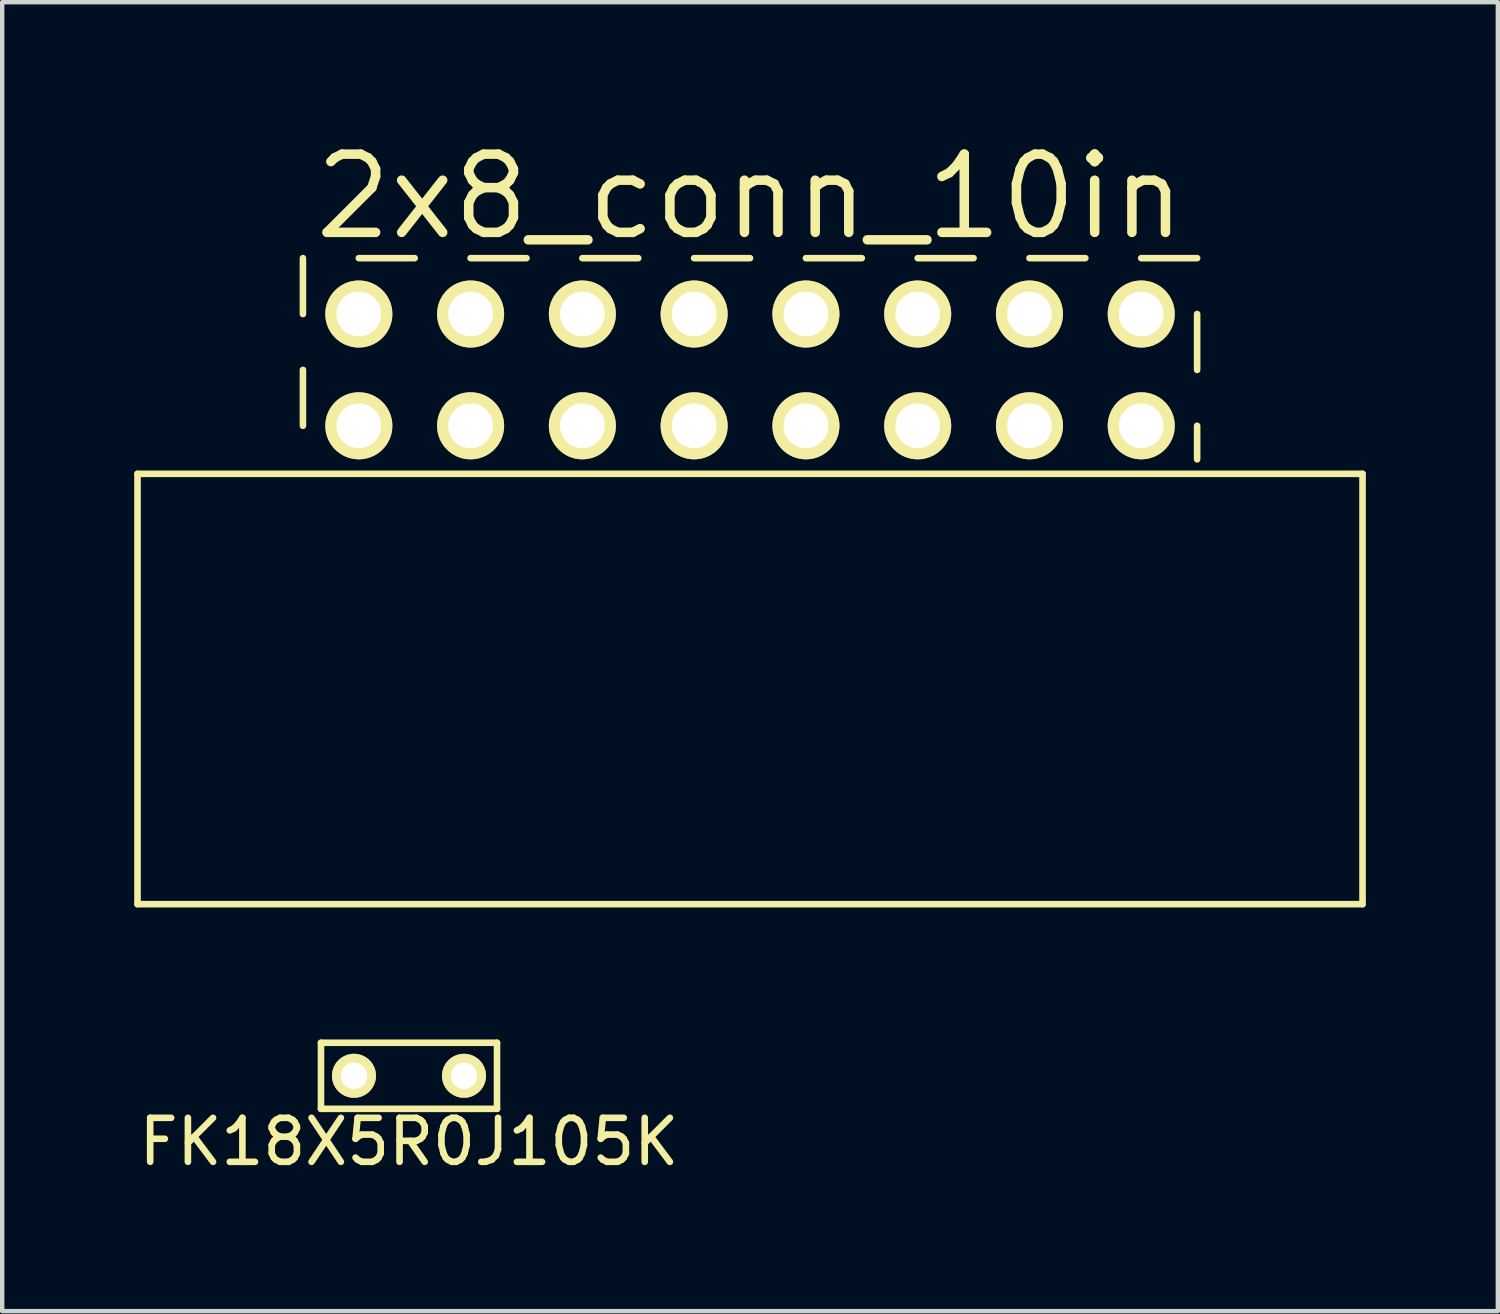
<source format=kicad_pcb>
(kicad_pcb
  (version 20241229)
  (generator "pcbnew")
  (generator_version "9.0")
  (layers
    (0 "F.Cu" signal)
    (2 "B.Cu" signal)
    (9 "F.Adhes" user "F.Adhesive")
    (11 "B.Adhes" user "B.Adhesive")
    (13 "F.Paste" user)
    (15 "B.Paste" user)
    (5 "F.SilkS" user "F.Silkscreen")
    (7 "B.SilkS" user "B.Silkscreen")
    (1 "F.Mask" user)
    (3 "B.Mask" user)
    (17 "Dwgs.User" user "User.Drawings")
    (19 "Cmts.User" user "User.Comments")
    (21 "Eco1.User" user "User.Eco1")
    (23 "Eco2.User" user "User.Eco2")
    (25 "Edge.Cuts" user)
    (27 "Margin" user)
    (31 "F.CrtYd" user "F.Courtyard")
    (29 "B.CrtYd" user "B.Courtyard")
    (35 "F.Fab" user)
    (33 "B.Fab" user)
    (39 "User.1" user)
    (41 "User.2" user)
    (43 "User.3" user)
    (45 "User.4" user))
  (footprint "2x8_conn_10in"
    (layer "F.Cu")
    (at 13.994 5.356)
    (property "Reference" "2x8_conn_10in" (at 0 -3.937 0) (layer "F.SilkS") (effects (font (size 1.778 1.778) (thickness 0.216))))
    (attr through_hole)
    (fp_line (start -13.919 2.362) (end -13.919 12.141) (stroke (width 0.15) (type solid)) (layer "F.SilkS"))
    (fp_line (start -13.919 2.362) (end 13.919 2.362) (stroke (width 0.15) (type solid)) (layer "F.SilkS"))
    (fp_line (start -10.16 -2.54) (end -10.16 -1.27) (stroke (width 0.15) (type solid)) (layer "F.SilkS"))
    (fp_line (start -10.16 0) (end -10.16 1.27) (stroke (width 0.15) (type solid)) (layer "F.SilkS"))
    (fp_line (start -7.62 -2.54) (end -8.89 -2.54) (stroke (width 0.15) (type solid)) (layer "F.SilkS"))
    (fp_line (start -5.08 -2.54) (end -6.35 -2.54) (stroke (width 0.15) (type solid)) (layer "F.SilkS"))
    (fp_line (start -2.54 -2.54) (end -3.81 -2.54) (stroke (width 0.15) (type solid)) (layer "F.SilkS"))
    (fp_line (start 0 -2.54) (end -1.27 -2.54) (stroke (width 0.15) (type solid)) (layer "F.SilkS"))
    (fp_line (start 2.54 -2.54) (end 1.27 -2.54) (stroke (width 0.15) (type solid)) (layer "F.SilkS"))
    (fp_line (start 5.08 -2.54) (end 3.81 -2.54) (stroke (width 0.15) (type solid)) (layer "F.SilkS"))
    (fp_line (start 7.62 -2.54) (end 6.35 -2.54) (stroke (width 0.15) (type solid)) (layer "F.SilkS"))
    (fp_line (start 10.16 -2.54) (end 8.89 -2.54) (stroke (width 0.15) (type solid)) (layer "F.SilkS"))
    (fp_line (start 10.16 0) (end 10.16 -1.27) (stroke (width 0.15) (type solid)) (layer "F.SilkS"))
    (fp_line (start 10.16 2.032) (end 10.16 1.27) (stroke (width 0.15) (type solid)) (layer "F.SilkS"))
    (fp_line (start 13.919 2.362) (end 13.919 12.141) (stroke (width 0.15) (type solid)) (layer "F.SilkS"))
    (fp_line (start 13.919 12.141) (end -13.919 12.141) (stroke (width 0.15) (type solid)) (layer "F.SilkS"))
    (pad "1" thru_hole circle (at -8.89 1.27) (size 1.524 1.524) (drill 1.016) (layers "*.Cu" "*.Mask" "F.SilkS"))
    (pad "2" thru_hole circle (at -8.89 -1.27) (size 1.524 1.524) (drill 1.016) (layers "*.Cu" "*.Mask" "F.SilkS"))
    (pad "3" thru_hole circle (at -6.35 1.27) (size 1.524 1.524) (drill 1.016) (layers "*.Cu" "*.Mask" "F.SilkS"))
    (pad "4" thru_hole circle (at -6.35 -1.27) (size 1.524 1.524) (drill 1.016) (layers "*.Cu" "*.Mask" "F.SilkS"))
    (pad "5" thru_hole circle (at -3.81 1.27) (size 1.524 1.524) (drill 1.016) (layers "*.Cu" "*.Mask" "F.SilkS"))
    (pad "6" thru_hole circle (at -3.81 -1.27) (size 1.524 1.524) (drill 1.016) (layers "*.Cu" "*.Mask" "F.SilkS"))
    (pad "7" thru_hole circle (at -1.27 1.27) (size 1.524 1.524) (drill 1.016) (layers "*.Cu" "*.Mask" "F.SilkS"))
    (pad "8" thru_hole circle (at -1.27 -1.27) (size 1.524 1.524) (drill 1.016) (layers "*.Cu" "*.Mask" "F.SilkS"))
    (pad "9" thru_hole circle (at 1.27 1.27) (size 1.524 1.524) (drill 1.016) (layers "*.Cu" "*.Mask" "F.SilkS"))
    (pad "10" thru_hole circle (at 1.27 -1.27) (size 1.524 1.524) (drill 1.016) (layers "*.Cu" "*.Mask" "F.SilkS"))
    (pad "11" thru_hole circle (at 3.81 1.27) (size 1.524 1.524) (drill 1.016) (layers "*.Cu" "*.Mask" "F.SilkS"))
    (pad "12" thru_hole circle (at 3.81 -1.27) (size 1.524 1.524) (drill 1.016) (layers "*.Cu" "*.Mask" "F.SilkS"))
    (pad "13" thru_hole circle (at 6.35 1.27) (size 1.524 1.524) (drill 1.016) (layers "*.Cu" "*.Mask" "F.SilkS"))
    (pad "14" thru_hole circle (at 6.35 -1.27) (size 1.524 1.524) (drill 1.016) (layers "*.Cu" "*.Mask" "F.SilkS"))
    (pad "15" thru_hole circle (at 8.89 1.27) (size 1.524 1.524) (drill 1.016) (layers "*.Cu" "*.Mask" "F.SilkS"))
    (pad "16" thru_hole circle (at 8.89 -1.27) (size 1.524 1.524) (drill 1.016) (layers "*.Cu" "*.Mask" "F.SilkS")))
  (footprint "FK18X5R0J105K"
    (layer "F.Cu")
    (at 6.244 21.397)
    (property "Reference" "FK18X5R0J105K" (at 0 1.5 0) (layer "F.SilkS") (effects (font (size 1 1) (thickness 0.15))))
    (attr through_hole)
    (fp_line (start -2 -0.75) (end -2 0.75) (stroke (width 0.15) (type solid)) (layer "F.SilkS"))
    (fp_line (start -2 0.75) (end 2 0.75) (stroke (width 0.15) (type solid)) (layer "F.SilkS"))
    (fp_line (start 2 -0.75) (end -2 -0.75) (stroke (width 0.15) (type solid)) (layer "F.SilkS"))
    (fp_line (start 2 0.75) (end 2 -0.75) (stroke (width 0.15) (type solid)) (layer "F.SilkS"))
    (pad "1" thru_hole circle (at -1.25 0) (size 1 1) (drill 0.6) (layers "*.Cu" "*.Mask" "F.SilkS"))
    (pad "2" thru_hole circle (at 1.25 0) (size 1 1) (drill 0.6) (layers "*.Cu" "*.Mask" "F.SilkS")))
  (gr_rect
    (start -3 -3)
    (end 30.988 26.745)
    (stroke (width 0.1) (type default))
    (fill no)
    (layer "Edge.Cuts")))
</source>
